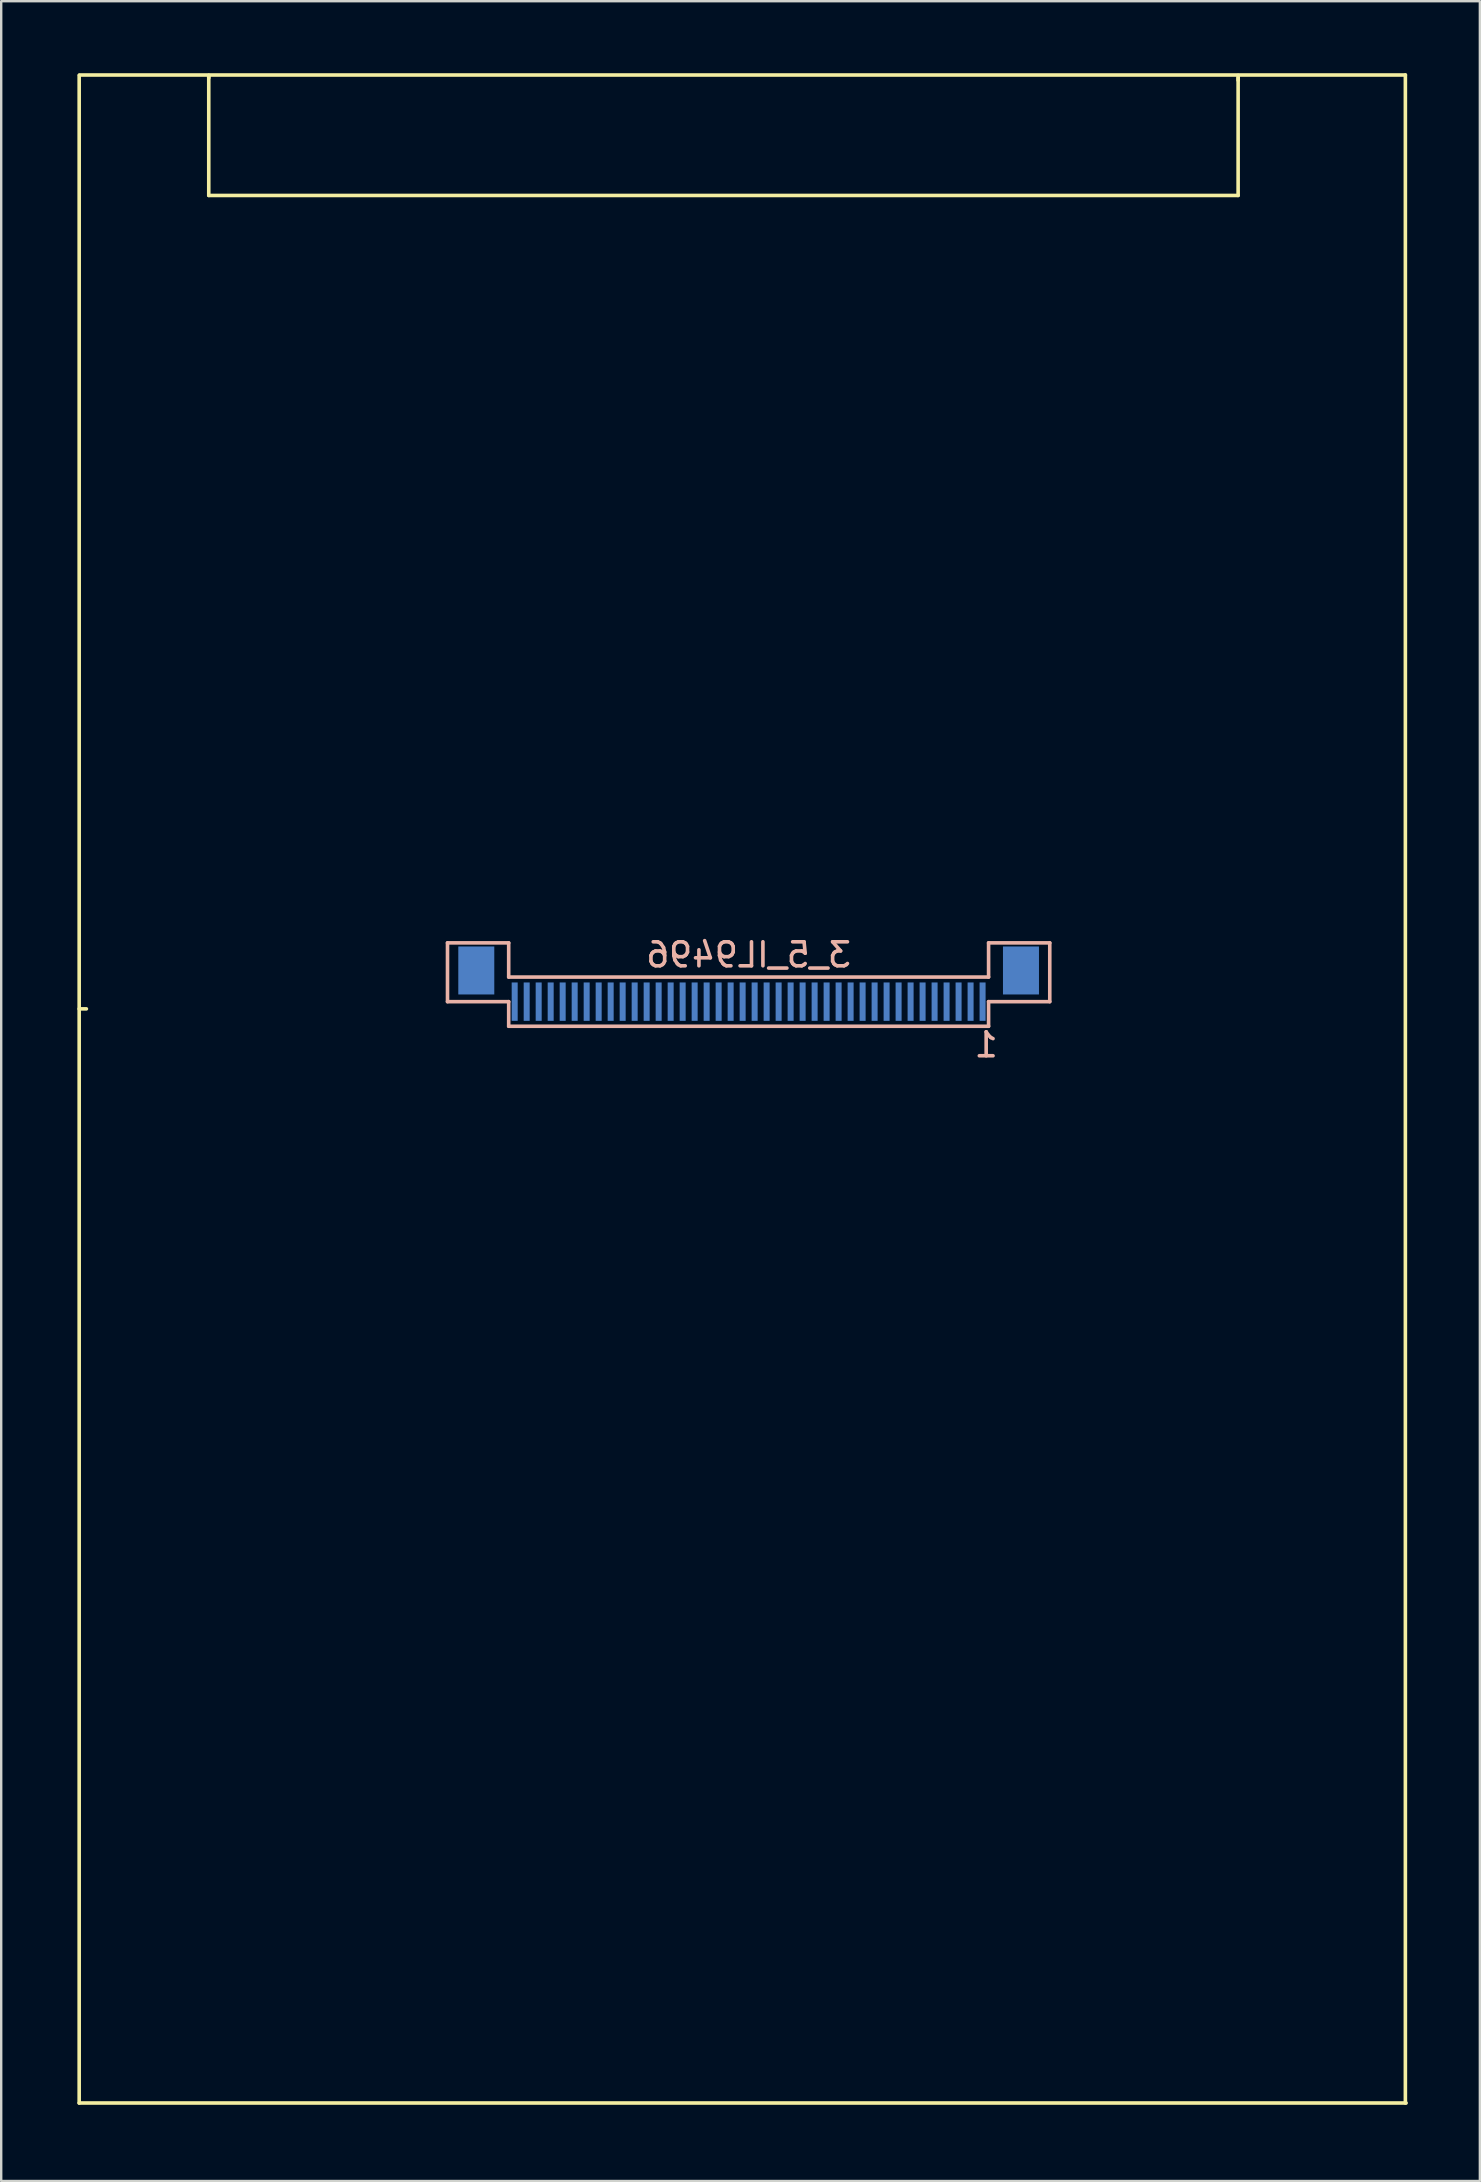
<source format=kicad_pcb>
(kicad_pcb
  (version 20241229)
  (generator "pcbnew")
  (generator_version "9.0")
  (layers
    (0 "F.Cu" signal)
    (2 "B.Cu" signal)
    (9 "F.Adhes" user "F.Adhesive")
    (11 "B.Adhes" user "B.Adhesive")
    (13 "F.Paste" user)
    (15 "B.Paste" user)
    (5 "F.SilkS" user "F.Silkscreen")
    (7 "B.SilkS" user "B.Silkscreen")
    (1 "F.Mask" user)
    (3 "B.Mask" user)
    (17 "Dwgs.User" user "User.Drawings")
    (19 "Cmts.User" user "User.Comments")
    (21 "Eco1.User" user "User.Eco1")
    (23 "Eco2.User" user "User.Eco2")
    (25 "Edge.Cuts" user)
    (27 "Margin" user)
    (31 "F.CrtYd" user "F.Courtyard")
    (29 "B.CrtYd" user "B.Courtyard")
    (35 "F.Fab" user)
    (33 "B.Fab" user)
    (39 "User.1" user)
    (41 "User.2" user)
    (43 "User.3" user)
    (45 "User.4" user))
  (footprint "3_5_IL9496"
    (layer "F.Cu")
    (at 0.25 84.595)
    (property "Reference" "3_5_IL9496" (at 27.9 -47.85 180) (layer "B.SilkS") (effects (font (size 1 1) (thickness 0.15)) (justify mirror)))
    (attr smd)
    (fp_line (start 0 -45.6) (end 0.3 -45.6) (stroke (width 0.15) (type solid)) (layer "F.SilkS"))
    (fp_line (start 0 0) (end 0 -84.5) (stroke (width 0.15) (type solid)) (layer "F.SilkS"))
    (fp_line (start 5.4 -84.5) (end 5.4 -84.4) (stroke (width 0.15) (type solid)) (layer "F.SilkS"))
    (fp_line (start 5.4 -84.5) (end 5.4 -79.5) (stroke (width 0.15) (type solid)) (layer "F.SilkS"))
    (fp_line (start 5.4 -79.5) (end 48.3 -79.5) (stroke (width 0.15) (type solid)) (layer "F.SilkS"))
    (fp_line (start 48.3 -84.5) (end 48.3 -84.3) (stroke (width 0.15) (type solid)) (layer "F.SilkS"))
    (fp_line (start 48.3 -79.5) (end 48.3 -84.4) (stroke (width 0.15) (type solid)) (layer "F.SilkS"))
    (fp_line (start 55.27 -84.52) (end 0.01 -84.52) (stroke (width 0.15) (type solid)) (layer "F.SilkS"))
    (fp_line (start 55.27 0) (end 55.27 -84.52) (stroke (width 0.15) (type solid)) (layer "F.SilkS"))
    (fp_line (start 55.3 0) (end 0 0) (stroke (width 0.15) (type solid)) (layer "F.SilkS"))
    (fp_line (start 15.35 -48.35) (end 15.35 -45.9) (stroke (width 0.15) (type solid)) (layer "B.SilkS"))
    (fp_line (start 15.35 -45.9) (end 17.9 -45.9) (stroke (width 0.15) (type solid)) (layer "B.SilkS"))
    (fp_line (start 17.9 -48.35) (end 15.35 -48.35) (stroke (width 0.15) (type solid)) (layer "B.SilkS"))
    (fp_line (start 17.9 -46.925) (end 17.9 -48.35) (stroke (width 0.15) (type solid)) (layer "B.SilkS"))
    (fp_line (start 17.9 -45.9) (end 17.9 -44.875) (stroke (width 0.15) (type solid)) (layer "B.SilkS"))
    (fp_line (start 37.9 -48.35) (end 40.45 -48.35) (stroke (width 0.15) (type solid)) (layer "B.SilkS"))
    (fp_line (start 37.9 -46.925) (end 17.9 -46.925) (stroke (width 0.15) (type solid)) (layer "B.SilkS"))
    (fp_line (start 37.9 -46.925) (end 37.9 -48.35) (stroke (width 0.15) (type solid)) (layer "B.SilkS"))
    (fp_line (start 37.9 -45.9) (end 37.9 -44.875) (stroke (width 0.15) (type solid)) (layer "B.SilkS"))
    (fp_line (start 37.9 -44.875) (end 17.9 -44.875) (stroke (width 0.15) (type solid)) (layer "B.SilkS"))
    (fp_line (start 40.45 -48.35) (end 40.45 -45.9) (stroke (width 0.15) (type solid)) (layer "B.SilkS"))
    (fp_line (start 40.45 -45.9) (end 37.9 -45.9) (stroke (width 0.15) (type solid)) (layer "B.SilkS"))
    (fp_text user "1" (at 37.8 -44.1 0) (layer "B.SilkS") (effects (font (size 1 1) (thickness 0.15)) (justify mirror)))
    (pad "0" smd rect (at 16.55 -47.2 180) (size 1.5 2) (layers "B.Cu" "B.Mask" "F.Paste"))
    (pad "0" smd rect (at 39.25 -47.2 180) (size 1.5 2) (layers "B.Cu" "B.Mask" "F.Paste"))
    (pad "1" smd rect (at 37.65 -45.9 180) (size 0.25 1.6) (layers "B.Cu" "B.Mask" "F.Paste"))
    (pad "2" smd rect (at 37.15 -45.9 180) (size 0.25 1.6) (layers "B.Cu" "B.Mask" "F.Paste"))
    (pad "3" smd rect (at 36.65 -45.9 180) (size 0.25 1.6) (layers "B.Cu" "B.Mask" "F.Paste"))
    (pad "4" smd rect (at 36.15 -45.9 180) (size 0.25 1.6) (layers "B.Cu" "B.Mask" "F.Paste"))
    (pad "5" smd rect (at 35.65 -45.9 180) (size 0.25 1.6) (layers "B.Cu" "B.Mask" "F.Paste"))
    (pad "6" smd rect (at 35.15 -45.9 180) (size 0.25 1.6) (layers "B.Cu" "B.Mask" "F.Paste"))
    (pad "7" smd rect (at 34.65 -45.9 180) (size 0.25 1.6) (layers "B.Cu" "B.Mask" "F.Paste"))
    (pad "8" smd rect (at 34.15 -45.9 180) (size 0.25 1.6) (layers "B.Cu" "B.Mask" "F.Paste"))
    (pad "9" smd rect (at 33.65 -45.9 180) (size 0.25 1.6) (layers "B.Cu" "B.Mask" "F.Paste"))
    (pad "10" smd rect (at 33.15 -45.9 180) (size 0.25 1.6) (layers "B.Cu" "B.Mask" "F.Paste"))
    (pad "11" smd rect (at 32.65 -45.9 180) (size 0.25 1.6) (layers "B.Cu" "B.Mask" "F.Paste"))
    (pad "12" smd rect (at 32.15 -45.9 180) (size 0.25 1.6) (layers "B.Cu" "B.Mask" "F.Paste"))
    (pad "13" smd rect (at 31.65 -45.9 180) (size 0.25 1.6) (layers "B.Cu" "B.Mask" "F.Paste"))
    (pad "14" smd rect (at 31.15 -45.9 180) (size 0.25 1.6) (layers "B.Cu" "B.Mask" "F.Paste"))
    (pad "15" smd rect (at 30.65 -45.9 180) (size 0.25 1.6) (layers "B.Cu" "B.Mask" "F.Paste"))
    (pad "16" smd rect (at 30.15 -45.9 180) (size 0.25 1.6) (layers "B.Cu" "B.Mask" "F.Paste"))
    (pad "17" smd rect (at 29.65 -45.9 180) (size 0.25 1.6) (layers "B.Cu" "B.Mask" "F.Paste"))
    (pad "18" smd rect (at 29.15 -45.9 180) (size 0.25 1.6) (layers "B.Cu" "B.Mask" "F.Paste"))
    (pad "19" smd rect (at 28.65 -45.9 180) (size 0.25 1.6) (layers "B.Cu" "B.Mask" "F.Paste"))
    (pad "20" smd rect (at 28.15 -45.9 180) (size 0.25 1.6) (layers "B.Cu" "B.Mask" "F.Paste"))
    (pad "21" smd rect (at 27.65 -45.9 180) (size 0.25 1.6) (layers "B.Cu" "B.Mask" "F.Paste"))
    (pad "22" smd rect (at 27.15 -45.9 180) (size 0.25 1.6) (layers "B.Cu" "B.Mask" "F.Paste"))
    (pad "23" smd rect (at 26.65 -45.9 180) (size 0.25 1.6) (layers "B.Cu" "B.Mask" "F.Paste"))
    (pad "24" smd rect (at 26.15 -45.9 180) (size 0.25 1.6) (layers "B.Cu" "B.Mask" "F.Paste"))
    (pad "25" smd rect (at 25.65 -45.9 180) (size 0.25 1.6) (layers "B.Cu" "B.Mask" "F.Paste"))
    (pad "26" smd rect (at 25.15 -45.9 180) (size 0.25 1.6) (layers "B.Cu" "B.Mask" "F.Paste"))
    (pad "27" smd rect (at 24.65 -45.9 180) (size 0.25 1.6) (layers "B.Cu" "B.Mask" "F.Paste"))
    (pad "28" smd rect (at 24.15 -45.9 180) (size 0.25 1.6) (layers "B.Cu" "B.Mask" "F.Paste"))
    (pad "29" smd rect (at 23.65 -45.9 180) (size 0.25 1.6) (layers "B.Cu" "B.Mask" "F.Paste"))
    (pad "30" smd rect (at 23.15 -45.9 180) (size 0.25 1.6) (layers "B.Cu" "B.Mask" "F.Paste"))
    (pad "31" smd rect (at 22.65 -45.9 180) (size 0.25 1.6) (layers "B.Cu" "B.Mask" "F.Paste"))
    (pad "32" smd rect (at 22.15 -45.9 180) (size 0.25 1.6) (layers "B.Cu" "B.Mask" "F.Paste"))
    (pad "33" smd rect (at 21.65 -45.9 180) (size 0.25 1.6) (layers "B.Cu" "B.Mask" "F.Paste"))
    (pad "34" smd rect (at 21.15 -45.9 180) (size 0.25 1.6) (layers "B.Cu" "B.Mask" "F.Paste"))
    (pad "35" smd rect (at 20.65 -45.9 180) (size 0.25 1.6) (layers "B.Cu" "B.Mask" "F.Paste"))
    (pad "36" smd rect (at 20.15 -45.9 180) (size 0.25 1.6) (layers "B.Cu" "B.Mask" "F.Paste"))
    (pad "37" smd rect (at 19.65 -45.9 180) (size 0.25 1.6) (layers "B.Cu" "B.Mask" "F.Paste"))
    (pad "38" smd rect (at 19.15 -45.9 180) (size 0.25 1.6) (layers "B.Cu" "B.Mask" "F.Paste"))
    (pad "39" smd rect (at 18.65 -45.9 180) (size 0.25 1.6) (layers "B.Cu" "B.Mask" "F.Paste"))
    (pad "40" smd rect (at 18.15 -45.9 180) (size 0.25 1.6) (layers "B.Cu" "B.Mask" "F.Paste")))
  (gr_rect
    (start -3 -3)
    (end 58.625 87.845)
    (stroke (width 0.1) (type default))
    (fill no)
    (layer "Edge.Cuts")))
</source>
